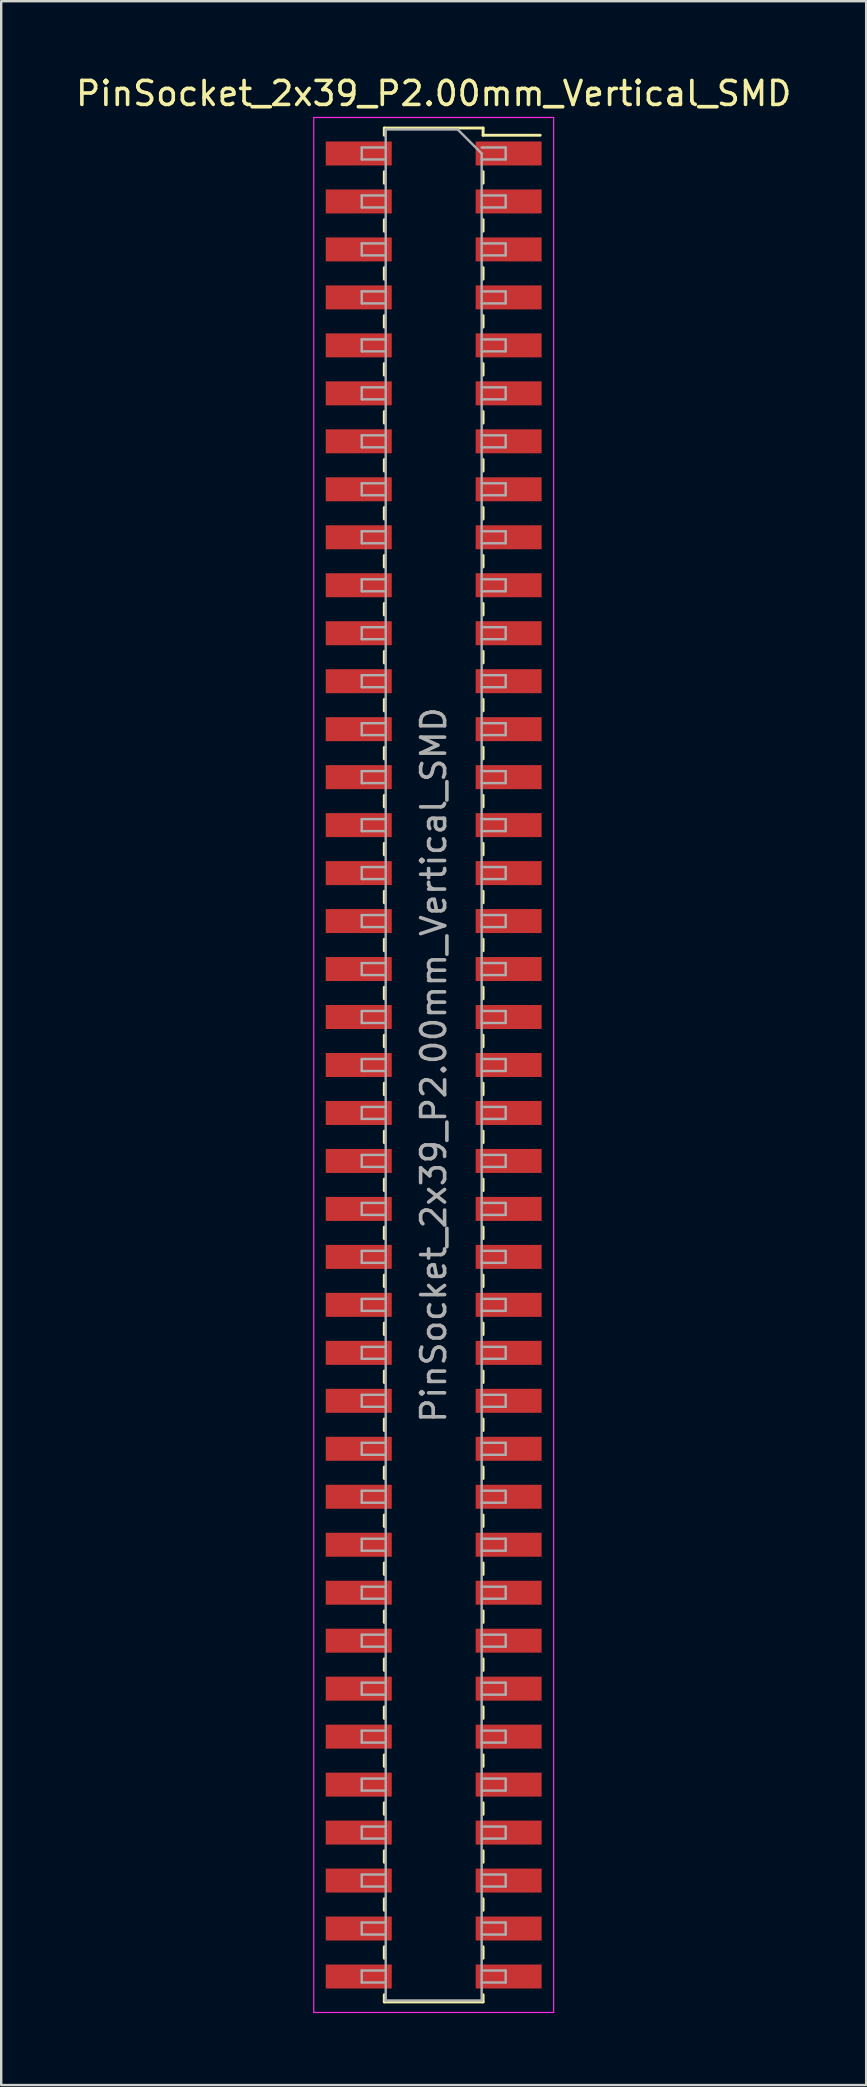
<source format=kicad_pcb>
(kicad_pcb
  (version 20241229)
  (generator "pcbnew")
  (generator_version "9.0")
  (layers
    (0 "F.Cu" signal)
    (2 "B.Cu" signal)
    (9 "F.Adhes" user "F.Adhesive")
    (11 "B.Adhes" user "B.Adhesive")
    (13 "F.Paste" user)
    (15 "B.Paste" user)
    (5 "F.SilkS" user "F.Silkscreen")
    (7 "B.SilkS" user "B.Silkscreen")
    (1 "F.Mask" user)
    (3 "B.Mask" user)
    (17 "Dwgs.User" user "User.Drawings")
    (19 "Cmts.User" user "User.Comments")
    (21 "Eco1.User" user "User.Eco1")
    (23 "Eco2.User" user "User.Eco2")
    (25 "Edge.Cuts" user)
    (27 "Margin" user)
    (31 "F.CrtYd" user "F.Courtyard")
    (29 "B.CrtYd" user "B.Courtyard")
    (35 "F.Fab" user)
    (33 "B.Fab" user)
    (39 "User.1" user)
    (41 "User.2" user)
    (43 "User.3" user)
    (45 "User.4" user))
  (footprint "PinSocket_2x39_P2.00mm_Vertical_SMD"
    (layer "F.Cu")
    (at 15.03 41.348)
    (property "Reference" "PinSocket_2x39_P2.00mm_Vertical_SMD" (at 0 -40.5 0) (layer "F.SilkS") (effects (font (size 1 1) (thickness 0.15))))
    (attr smd)
    (fp_line (start -2.06 -39.06) (end -2.06 -38.76) (stroke (width 0.12) (type solid)) (layer "F.SilkS"))
    (fp_line (start -2.06 -39.06) (end 2.06 -39.06) (stroke (width 0.12) (type solid)) (layer "F.SilkS"))
    (fp_line (start -2.06 -37.24) (end -2.06 -36.76) (stroke (width 0.12) (type solid)) (layer "F.SilkS"))
    (fp_line (start -2.06 -35.24) (end -2.06 -34.76) (stroke (width 0.12) (type solid)) (layer "F.SilkS"))
    (fp_line (start -2.06 -33.24) (end -2.06 -32.76) (stroke (width 0.12) (type solid)) (layer "F.SilkS"))
    (fp_line (start -2.06 -31.24) (end -2.06 -30.76) (stroke (width 0.12) (type solid)) (layer "F.SilkS"))
    (fp_line (start -2.06 -29.24) (end -2.06 -28.76) (stroke (width 0.12) (type solid)) (layer "F.SilkS"))
    (fp_line (start -2.06 -27.24) (end -2.06 -26.76) (stroke (width 0.12) (type solid)) (layer "F.SilkS"))
    (fp_line (start -2.06 -25.24) (end -2.06 -24.76) (stroke (width 0.12) (type solid)) (layer "F.SilkS"))
    (fp_line (start -2.06 -23.24) (end -2.06 -22.76) (stroke (width 0.12) (type solid)) (layer "F.SilkS"))
    (fp_line (start -2.06 -21.24) (end -2.06 -20.76) (stroke (width 0.12) (type solid)) (layer "F.SilkS"))
    (fp_line (start -2.06 -19.24) (end -2.06 -18.76) (stroke (width 0.12) (type solid)) (layer "F.SilkS"))
    (fp_line (start -2.06 -17.24) (end -2.06 -16.76) (stroke (width 0.12) (type solid)) (layer "F.SilkS"))
    (fp_line (start -2.06 -15.24) (end -2.06 -14.76) (stroke (width 0.12) (type solid)) (layer "F.SilkS"))
    (fp_line (start -2.06 -13.24) (end -2.06 -12.76) (stroke (width 0.12) (type solid)) (layer "F.SilkS"))
    (fp_line (start -2.06 -11.24) (end -2.06 -10.76) (stroke (width 0.12) (type solid)) (layer "F.SilkS"))
    (fp_line (start -2.06 -9.24) (end -2.06 -8.76) (stroke (width 0.12) (type solid)) (layer "F.SilkS"))
    (fp_line (start -2.06 -7.24) (end -2.06 -6.76) (stroke (width 0.12) (type solid)) (layer "F.SilkS"))
    (fp_line (start -2.06 -5.24) (end -2.06 -4.76) (stroke (width 0.12) (type solid)) (layer "F.SilkS"))
    (fp_line (start -2.06 -3.24) (end -2.06 -2.76) (stroke (width 0.12) (type solid)) (layer "F.SilkS"))
    (fp_line (start -2.06 -1.24) (end -2.06 -0.76) (stroke (width 0.12) (type solid)) (layer "F.SilkS"))
    (fp_line (start -2.06 0.76) (end -2.06 1.24) (stroke (width 0.12) (type solid)) (layer "F.SilkS"))
    (fp_line (start -2.06 2.76) (end -2.06 3.24) (stroke (width 0.12) (type solid)) (layer "F.SilkS"))
    (fp_line (start -2.06 4.76) (end -2.06 5.24) (stroke (width 0.12) (type solid)) (layer "F.SilkS"))
    (fp_line (start -2.06 6.76) (end -2.06 7.24) (stroke (width 0.12) (type solid)) (layer "F.SilkS"))
    (fp_line (start -2.06 8.76) (end -2.06 9.24) (stroke (width 0.12) (type solid)) (layer "F.SilkS"))
    (fp_line (start -2.06 10.76) (end -2.06 11.24) (stroke (width 0.12) (type solid)) (layer "F.SilkS"))
    (fp_line (start -2.06 12.76) (end -2.06 13.24) (stroke (width 0.12) (type solid)) (layer "F.SilkS"))
    (fp_line (start -2.06 14.76) (end -2.06 15.24) (stroke (width 0.12) (type solid)) (layer "F.SilkS"))
    (fp_line (start -2.06 16.76) (end -2.06 17.24) (stroke (width 0.12) (type solid)) (layer "F.SilkS"))
    (fp_line (start -2.06 18.76) (end -2.06 19.24) (stroke (width 0.12) (type solid)) (layer "F.SilkS"))
    (fp_line (start -2.06 20.76) (end -2.06 21.24) (stroke (width 0.12) (type solid)) (layer "F.SilkS"))
    (fp_line (start -2.06 22.76) (end -2.06 23.24) (stroke (width 0.12) (type solid)) (layer "F.SilkS"))
    (fp_line (start -2.06 24.76) (end -2.06 25.24) (stroke (width 0.12) (type solid)) (layer "F.SilkS"))
    (fp_line (start -2.06 26.76) (end -2.06 27.24) (stroke (width 0.12) (type solid)) (layer "F.SilkS"))
    (fp_line (start -2.06 28.76) (end -2.06 29.24) (stroke (width 0.12) (type solid)) (layer "F.SilkS"))
    (fp_line (start -2.06 30.76) (end -2.06 31.24) (stroke (width 0.12) (type solid)) (layer "F.SilkS"))
    (fp_line (start -2.06 32.76) (end -2.06 33.24) (stroke (width 0.12) (type solid)) (layer "F.SilkS"))
    (fp_line (start -2.06 34.76) (end -2.06 35.24) (stroke (width 0.12) (type solid)) (layer "F.SilkS"))
    (fp_line (start -2.06 36.76) (end -2.06 37.24) (stroke (width 0.12) (type solid)) (layer "F.SilkS"))
    (fp_line (start -2.06 38.76) (end -2.06 39.06) (stroke (width 0.12) (type solid)) (layer "F.SilkS"))
    (fp_line (start -2.06 39.06) (end 2.06 39.06) (stroke (width 0.12) (type solid)) (layer "F.SilkS"))
    (fp_line (start 2.06 -39.06) (end 2.06 -38.76) (stroke (width 0.12) (type solid)) (layer "F.SilkS"))
    (fp_line (start 2.06 -38.76) (end 4.44 -38.76) (stroke (width 0.12) (type solid)) (layer "F.SilkS"))
    (fp_line (start 2.06 -37.24) (end 2.06 -36.76) (stroke (width 0.12) (type solid)) (layer "F.SilkS"))
    (fp_line (start 2.06 -35.24) (end 2.06 -34.76) (stroke (width 0.12) (type solid)) (layer "F.SilkS"))
    (fp_line (start 2.06 -33.24) (end 2.06 -32.76) (stroke (width 0.12) (type solid)) (layer "F.SilkS"))
    (fp_line (start 2.06 -31.24) (end 2.06 -30.76) (stroke (width 0.12) (type solid)) (layer "F.SilkS"))
    (fp_line (start 2.06 -29.24) (end 2.06 -28.76) (stroke (width 0.12) (type solid)) (layer "F.SilkS"))
    (fp_line (start 2.06 -27.24) (end 2.06 -26.76) (stroke (width 0.12) (type solid)) (layer "F.SilkS"))
    (fp_line (start 2.06 -25.24) (end 2.06 -24.76) (stroke (width 0.12) (type solid)) (layer "F.SilkS"))
    (fp_line (start 2.06 -23.24) (end 2.06 -22.76) (stroke (width 0.12) (type solid)) (layer "F.SilkS"))
    (fp_line (start 2.06 -21.24) (end 2.06 -20.76) (stroke (width 0.12) (type solid)) (layer "F.SilkS"))
    (fp_line (start 2.06 -19.24) (end 2.06 -18.76) (stroke (width 0.12) (type solid)) (layer "F.SilkS"))
    (fp_line (start 2.06 -17.24) (end 2.06 -16.76) (stroke (width 0.12) (type solid)) (layer "F.SilkS"))
    (fp_line (start 2.06 -15.24) (end 2.06 -14.76) (stroke (width 0.12) (type solid)) (layer "F.SilkS"))
    (fp_line (start 2.06 -13.24) (end 2.06 -12.76) (stroke (width 0.12) (type solid)) (layer "F.SilkS"))
    (fp_line (start 2.06 -11.24) (end 2.06 -10.76) (stroke (width 0.12) (type solid)) (layer "F.SilkS"))
    (fp_line (start 2.06 -9.24) (end 2.06 -8.76) (stroke (width 0.12) (type solid)) (layer "F.SilkS"))
    (fp_line (start 2.06 -7.24) (end 2.06 -6.76) (stroke (width 0.12) (type solid)) (layer "F.SilkS"))
    (fp_line (start 2.06 -5.24) (end 2.06 -4.76) (stroke (width 0.12) (type solid)) (layer "F.SilkS"))
    (fp_line (start 2.06 -3.24) (end 2.06 -2.76) (stroke (width 0.12) (type solid)) (layer "F.SilkS"))
    (fp_line (start 2.06 -1.24) (end 2.06 -0.76) (stroke (width 0.12) (type solid)) (layer "F.SilkS"))
    (fp_line (start 2.06 0.76) (end 2.06 1.24) (stroke (width 0.12) (type solid)) (layer "F.SilkS"))
    (fp_line (start 2.06 2.76) (end 2.06 3.24) (stroke (width 0.12) (type solid)) (layer "F.SilkS"))
    (fp_line (start 2.06 4.76) (end 2.06 5.24) (stroke (width 0.12) (type solid)) (layer "F.SilkS"))
    (fp_line (start 2.06 6.76) (end 2.06 7.24) (stroke (width 0.12) (type solid)) (layer "F.SilkS"))
    (fp_line (start 2.06 8.76) (end 2.06 9.24) (stroke (width 0.12) (type solid)) (layer "F.SilkS"))
    (fp_line (start 2.06 10.76) (end 2.06 11.24) (stroke (width 0.12) (type solid)) (layer "F.SilkS"))
    (fp_line (start 2.06 12.76) (end 2.06 13.24) (stroke (width 0.12) (type solid)) (layer "F.SilkS"))
    (fp_line (start 2.06 14.76) (end 2.06 15.24) (stroke (width 0.12) (type solid)) (layer "F.SilkS"))
    (fp_line (start 2.06 16.76) (end 2.06 17.24) (stroke (width 0.12) (type solid)) (layer "F.SilkS"))
    (fp_line (start 2.06 18.76) (end 2.06 19.24) (stroke (width 0.12) (type solid)) (layer "F.SilkS"))
    (fp_line (start 2.06 20.76) (end 2.06 21.24) (stroke (width 0.12) (type solid)) (layer "F.SilkS"))
    (fp_line (start 2.06 22.76) (end 2.06 23.24) (stroke (width 0.12) (type solid)) (layer "F.SilkS"))
    (fp_line (start 2.06 24.76) (end 2.06 25.24) (stroke (width 0.12) (type solid)) (layer "F.SilkS"))
    (fp_line (start 2.06 26.76) (end 2.06 27.24) (stroke (width 0.12) (type solid)) (layer "F.SilkS"))
    (fp_line (start 2.06 28.76) (end 2.06 29.24) (stroke (width 0.12) (type solid)) (layer "F.SilkS"))
    (fp_line (start 2.06 30.76) (end 2.06 31.24) (stroke (width 0.12) (type solid)) (layer "F.SilkS"))
    (fp_line (start 2.06 32.76) (end 2.06 33.24) (stroke (width 0.12) (type solid)) (layer "F.SilkS"))
    (fp_line (start 2.06 34.76) (end 2.06 35.24) (stroke (width 0.12) (type solid)) (layer "F.SilkS"))
    (fp_line (start 2.06 36.76) (end 2.06 37.24) (stroke (width 0.12) (type solid)) (layer "F.SilkS"))
    (fp_line (start 2.06 38.76) (end 2.06 39.06) (stroke (width 0.12) (type solid)) (layer "F.SilkS"))
    (fp_line (start -5 -39.5) (end 5 -39.5) (stroke (width 0.05) (type solid)) (layer "F.CrtYd"))
    (fp_line (start -5 39.5) (end -5 -39.5) (stroke (width 0.05) (type solid)) (layer "F.CrtYd"))
    (fp_line (start 5 -39.5) (end 5 39.5) (stroke (width 0.05) (type solid)) (layer "F.CrtYd"))
    (fp_line (start 5 39.5) (end -5 39.5) (stroke (width 0.05) (type solid)) (layer "F.CrtYd"))
    (fp_line (start -3 -38.25) (end -2 -38.25) (stroke (width 0.1) (type solid)) (layer "F.Fab"))
    (fp_line (start -3 -37.75) (end -3 -38.25) (stroke (width 0.1) (type solid)) (layer "F.Fab"))
    (fp_line (start -3 -36.25) (end -2 -36.25) (stroke (width 0.1) (type solid)) (layer "F.Fab"))
    (fp_line (start -3 -35.75) (end -3 -36.25) (stroke (width 0.1) (type solid)) (layer "F.Fab"))
    (fp_line (start -3 -34.25) (end -2 -34.25) (stroke (width 0.1) (type solid)) (layer "F.Fab"))
    (fp_line (start -3 -33.75) (end -3 -34.25) (stroke (width 0.1) (type solid)) (layer "F.Fab"))
    (fp_line (start -3 -32.25) (end -2 -32.25) (stroke (width 0.1) (type solid)) (layer "F.Fab"))
    (fp_line (start -3 -31.75) (end -3 -32.25) (stroke (width 0.1) (type solid)) (layer "F.Fab"))
    (fp_line (start -3 -30.25) (end -2 -30.25) (stroke (width 0.1) (type solid)) (layer "F.Fab"))
    (fp_line (start -3 -29.75) (end -3 -30.25) (stroke (width 0.1) (type solid)) (layer "F.Fab"))
    (fp_line (start -3 -28.25) (end -2 -28.25) (stroke (width 0.1) (type solid)) (layer "F.Fab"))
    (fp_line (start -3 -27.75) (end -3 -28.25) (stroke (width 0.1) (type solid)) (layer "F.Fab"))
    (fp_line (start -3 -26.25) (end -2 -26.25) (stroke (width 0.1) (type solid)) (layer "F.Fab"))
    (fp_line (start -3 -25.75) (end -3 -26.25) (stroke (width 0.1) (type solid)) (layer "F.Fab"))
    (fp_line (start -3 -24.25) (end -2 -24.25) (stroke (width 0.1) (type solid)) (layer "F.Fab"))
    (fp_line (start -3 -23.75) (end -3 -24.25) (stroke (width 0.1) (type solid)) (layer "F.Fab"))
    (fp_line (start -3 -22.25) (end -2 -22.25) (stroke (width 0.1) (type solid)) (layer "F.Fab"))
    (fp_line (start -3 -21.75) (end -3 -22.25) (stroke (width 0.1) (type solid)) (layer "F.Fab"))
    (fp_line (start -3 -20.25) (end -2 -20.25) (stroke (width 0.1) (type solid)) (layer "F.Fab"))
    (fp_line (start -3 -19.75) (end -3 -20.25) (stroke (width 0.1) (type solid)) (layer "F.Fab"))
    (fp_line (start -3 -18.25) (end -2 -18.25) (stroke (width 0.1) (type solid)) (layer "F.Fab"))
    (fp_line (start -3 -17.75) (end -3 -18.25) (stroke (width 0.1) (type solid)) (layer "F.Fab"))
    (fp_line (start -3 -16.25) (end -2 -16.25) (stroke (width 0.1) (type solid)) (layer "F.Fab"))
    (fp_line (start -3 -15.75) (end -3 -16.25) (stroke (width 0.1) (type solid)) (layer "F.Fab"))
    (fp_line (start -3 -14.25) (end -2 -14.25) (stroke (width 0.1) (type solid)) (layer "F.Fab"))
    (fp_line (start -3 -13.75) (end -3 -14.25) (stroke (width 0.1) (type solid)) (layer "F.Fab"))
    (fp_line (start -3 -12.25) (end -2 -12.25) (stroke (width 0.1) (type solid)) (layer "F.Fab"))
    (fp_line (start -3 -11.75) (end -3 -12.25) (stroke (width 0.1) (type solid)) (layer "F.Fab"))
    (fp_line (start -3 -10.25) (end -2 -10.25) (stroke (width 0.1) (type solid)) (layer "F.Fab"))
    (fp_line (start -3 -9.75) (end -3 -10.25) (stroke (width 0.1) (type solid)) (layer "F.Fab"))
    (fp_line (start -3 -8.25) (end -2 -8.25) (stroke (width 0.1) (type solid)) (layer "F.Fab"))
    (fp_line (start -3 -7.75) (end -3 -8.25) (stroke (width 0.1) (type solid)) (layer "F.Fab"))
    (fp_line (start -3 -6.25) (end -2 -6.25) (stroke (width 0.1) (type solid)) (layer "F.Fab"))
    (fp_line (start -3 -5.75) (end -3 -6.25) (stroke (width 0.1) (type solid)) (layer "F.Fab"))
    (fp_line (start -3 -4.25) (end -2 -4.25) (stroke (width 0.1) (type solid)) (layer "F.Fab"))
    (fp_line (start -3 -3.75) (end -3 -4.25) (stroke (width 0.1) (type solid)) (layer "F.Fab"))
    (fp_line (start -3 -2.25) (end -2 -2.25) (stroke (width 0.1) (type solid)) (layer "F.Fab"))
    (fp_line (start -3 -1.75) (end -3 -2.25) (stroke (width 0.1) (type solid)) (layer "F.Fab"))
    (fp_line (start -3 -0.25) (end -2 -0.25) (stroke (width 0.1) (type solid)) (layer "F.Fab"))
    (fp_line (start -3 0.25) (end -3 -0.25) (stroke (width 0.1) (type solid)) (layer "F.Fab"))
    (fp_line (start -3 1.75) (end -2 1.75) (stroke (width 0.1) (type solid)) (layer "F.Fab"))
    (fp_line (start -3 2.25) (end -3 1.75) (stroke (width 0.1) (type solid)) (layer "F.Fab"))
    (fp_line (start -3 3.75) (end -2 3.75) (stroke (width 0.1) (type solid)) (layer "F.Fab"))
    (fp_line (start -3 4.25) (end -3 3.75) (stroke (width 0.1) (type solid)) (layer "F.Fab"))
    (fp_line (start -3 5.75) (end -2 5.75) (stroke (width 0.1) (type solid)) (layer "F.Fab"))
    (fp_line (start -3 6.25) (end -3 5.75) (stroke (width 0.1) (type solid)) (layer "F.Fab"))
    (fp_line (start -3 7.75) (end -2 7.75) (stroke (width 0.1) (type solid)) (layer "F.Fab"))
    (fp_line (start -3 8.25) (end -3 7.75) (stroke (width 0.1) (type solid)) (layer "F.Fab"))
    (fp_line (start -3 9.75) (end -2 9.75) (stroke (width 0.1) (type solid)) (layer "F.Fab"))
    (fp_line (start -3 10.25) (end -3 9.75) (stroke (width 0.1) (type solid)) (layer "F.Fab"))
    (fp_line (start -3 11.75) (end -2 11.75) (stroke (width 0.1) (type solid)) (layer "F.Fab"))
    (fp_line (start -3 12.25) (end -3 11.75) (stroke (width 0.1) (type solid)) (layer "F.Fab"))
    (fp_line (start -3 13.75) (end -2 13.75) (stroke (width 0.1) (type solid)) (layer "F.Fab"))
    (fp_line (start -3 14.25) (end -3 13.75) (stroke (width 0.1) (type solid)) (layer "F.Fab"))
    (fp_line (start -3 15.75) (end -2 15.75) (stroke (width 0.1) (type solid)) (layer "F.Fab"))
    (fp_line (start -3 16.25) (end -3 15.75) (stroke (width 0.1) (type solid)) (layer "F.Fab"))
    (fp_line (start -3 17.75) (end -2 17.75) (stroke (width 0.1) (type solid)) (layer "F.Fab"))
    (fp_line (start -3 18.25) (end -3 17.75) (stroke (width 0.1) (type solid)) (layer "F.Fab"))
    (fp_line (start -3 19.75) (end -2 19.75) (stroke (width 0.1) (type solid)) (layer "F.Fab"))
    (fp_line (start -3 20.25) (end -3 19.75) (stroke (width 0.1) (type solid)) (layer "F.Fab"))
    (fp_line (start -3 21.75) (end -2 21.75) (stroke (width 0.1) (type solid)) (layer "F.Fab"))
    (fp_line (start -3 22.25) (end -3 21.75) (stroke (width 0.1) (type solid)) (layer "F.Fab"))
    (fp_line (start -3 23.75) (end -2 23.75) (stroke (width 0.1) (type solid)) (layer "F.Fab"))
    (fp_line (start -3 24.25) (end -3 23.75) (stroke (width 0.1) (type solid)) (layer "F.Fab"))
    (fp_line (start -3 25.75) (end -2 25.75) (stroke (width 0.1) (type solid)) (layer "F.Fab"))
    (fp_line (start -3 26.25) (end -3 25.75) (stroke (width 0.1) (type solid)) (layer "F.Fab"))
    (fp_line (start -3 27.75) (end -2 27.75) (stroke (width 0.1) (type solid)) (layer "F.Fab"))
    (fp_line (start -3 28.25) (end -3 27.75) (stroke (width 0.1) (type solid)) (layer "F.Fab"))
    (fp_line (start -3 29.75) (end -2 29.75) (stroke (width 0.1) (type solid)) (layer "F.Fab"))
    (fp_line (start -3 30.25) (end -3 29.75) (stroke (width 0.1) (type solid)) (layer "F.Fab"))
    (fp_line (start -3 31.75) (end -2 31.75) (stroke (width 0.1) (type solid)) (layer "F.Fab"))
    (fp_line (start -3 32.25) (end -3 31.75) (stroke (width 0.1) (type solid)) (layer "F.Fab"))
    (fp_line (start -3 33.75) (end -2 33.75) (stroke (width 0.1) (type solid)) (layer "F.Fab"))
    (fp_line (start -3 34.25) (end -3 33.75) (stroke (width 0.1) (type solid)) (layer "F.Fab"))
    (fp_line (start -3 35.75) (end -2 35.75) (stroke (width 0.1) (type solid)) (layer "F.Fab"))
    (fp_line (start -3 36.25) (end -3 35.75) (stroke (width 0.1) (type solid)) (layer "F.Fab"))
    (fp_line (start -3 37.75) (end -2 37.75) (stroke (width 0.1) (type solid)) (layer "F.Fab"))
    (fp_line (start -3 38.25) (end -3 37.75) (stroke (width 0.1) (type solid)) (layer "F.Fab"))
    (fp_line (start -2 -39) (end 1 -39) (stroke (width 0.1) (type solid)) (layer "F.Fab"))
    (fp_line (start -2 -37.75) (end -3 -37.75) (stroke (width 0.1) (type solid)) (layer "F.Fab"))
    (fp_line (start -2 -35.75) (end -3 -35.75) (stroke (width 0.1) (type solid)) (layer "F.Fab"))
    (fp_line (start -2 -33.75) (end -3 -33.75) (stroke (width 0.1) (type solid)) (layer "F.Fab"))
    (fp_line (start -2 -31.75) (end -3 -31.75) (stroke (width 0.1) (type solid)) (layer "F.Fab"))
    (fp_line (start -2 -29.75) (end -3 -29.75) (stroke (width 0.1) (type solid)) (layer "F.Fab"))
    (fp_line (start -2 -27.75) (end -3 -27.75) (stroke (width 0.1) (type solid)) (layer "F.Fab"))
    (fp_line (start -2 -25.75) (end -3 -25.75) (stroke (width 0.1) (type solid)) (layer "F.Fab"))
    (fp_line (start -2 -23.75) (end -3 -23.75) (stroke (width 0.1) (type solid)) (layer "F.Fab"))
    (fp_line (start -2 -21.75) (end -3 -21.75) (stroke (width 0.1) (type solid)) (layer "F.Fab"))
    (fp_line (start -2 -19.75) (end -3 -19.75) (stroke (width 0.1) (type solid)) (layer "F.Fab"))
    (fp_line (start -2 -17.75) (end -3 -17.75) (stroke (width 0.1) (type solid)) (layer "F.Fab"))
    (fp_line (start -2 -15.75) (end -3 -15.75) (stroke (width 0.1) (type solid)) (layer "F.Fab"))
    (fp_line (start -2 -13.75) (end -3 -13.75) (stroke (width 0.1) (type solid)) (layer "F.Fab"))
    (fp_line (start -2 -11.75) (end -3 -11.75) (stroke (width 0.1) (type solid)) (layer "F.Fab"))
    (fp_line (start -2 -9.75) (end -3 -9.75) (stroke (width 0.1) (type solid)) (layer "F.Fab"))
    (fp_line (start -2 -7.75) (end -3 -7.75) (stroke (width 0.1) (type solid)) (layer "F.Fab"))
    (fp_line (start -2 -5.75) (end -3 -5.75) (stroke (width 0.1) (type solid)) (layer "F.Fab"))
    (fp_line (start -2 -3.75) (end -3 -3.75) (stroke (width 0.1) (type solid)) (layer "F.Fab"))
    (fp_line (start -2 -1.75) (end -3 -1.75) (stroke (width 0.1) (type solid)) (layer "F.Fab"))
    (fp_line (start -2 0.25) (end -3 0.25) (stroke (width 0.1) (type solid)) (layer "F.Fab"))
    (fp_line (start -2 2.25) (end -3 2.25) (stroke (width 0.1) (type solid)) (layer "F.Fab"))
    (fp_line (start -2 4.25) (end -3 4.25) (stroke (width 0.1) (type solid)) (layer "F.Fab"))
    (fp_line (start -2 6.25) (end -3 6.25) (stroke (width 0.1) (type solid)) (layer "F.Fab"))
    (fp_line (start -2 8.25) (end -3 8.25) (stroke (width 0.1) (type solid)) (layer "F.Fab"))
    (fp_line (start -2 10.25) (end -3 10.25) (stroke (width 0.1) (type solid)) (layer "F.Fab"))
    (fp_line (start -2 12.25) (end -3 12.25) (stroke (width 0.1) (type solid)) (layer "F.Fab"))
    (fp_line (start -2 14.25) (end -3 14.25) (stroke (width 0.1) (type solid)) (layer "F.Fab"))
    (fp_line (start -2 16.25) (end -3 16.25) (stroke (width 0.1) (type solid)) (layer "F.Fab"))
    (fp_line (start -2 18.25) (end -3 18.25) (stroke (width 0.1) (type solid)) (layer "F.Fab"))
    (fp_line (start -2 20.25) (end -3 20.25) (stroke (width 0.1) (type solid)) (layer "F.Fab"))
    (fp_line (start -2 22.25) (end -3 22.25) (stroke (width 0.1) (type solid)) (layer "F.Fab"))
    (fp_line (start -2 24.25) (end -3 24.25) (stroke (width 0.1) (type solid)) (layer "F.Fab"))
    (fp_line (start -2 26.25) (end -3 26.25) (stroke (width 0.1) (type solid)) (layer "F.Fab"))
    (fp_line (start -2 28.25) (end -3 28.25) (stroke (width 0.1) (type solid)) (layer "F.Fab"))
    (fp_line (start -2 30.25) (end -3 30.25) (stroke (width 0.1) (type solid)) (layer "F.Fab"))
    (fp_line (start -2 32.25) (end -3 32.25) (stroke (width 0.1) (type solid)) (layer "F.Fab"))
    (fp_line (start -2 34.25) (end -3 34.25) (stroke (width 0.1) (type solid)) (layer "F.Fab"))
    (fp_line (start -2 36.25) (end -3 36.25) (stroke (width 0.1) (type solid)) (layer "F.Fab"))
    (fp_line (start -2 38.25) (end -3 38.25) (stroke (width 0.1) (type solid)) (layer "F.Fab"))
    (fp_line (start -2 39) (end -2 -39) (stroke (width 0.1) (type solid)) (layer "F.Fab"))
    (fp_line (start 1 -39) (end 2 -38) (stroke (width 0.1) (type solid)) (layer "F.Fab"))
    (fp_line (start 2 -38.25) (end 3 -38.25) (stroke (width 0.1) (type solid)) (layer "F.Fab"))
    (fp_line (start 2 -38) (end 2 39) (stroke (width 0.1) (type solid)) (layer "F.Fab"))
    (fp_line (start 2 -36.25) (end 3 -36.25) (stroke (width 0.1) (type solid)) (layer "F.Fab"))
    (fp_line (start 2 -34.25) (end 3 -34.25) (stroke (width 0.1) (type solid)) (layer "F.Fab"))
    (fp_line (start 2 -32.25) (end 3 -32.25) (stroke (width 0.1) (type solid)) (layer "F.Fab"))
    (fp_line (start 2 -30.25) (end 3 -30.25) (stroke (width 0.1) (type solid)) (layer "F.Fab"))
    (fp_line (start 2 -28.25) (end 3 -28.25) (stroke (width 0.1) (type solid)) (layer "F.Fab"))
    (fp_line (start 2 -26.25) (end 3 -26.25) (stroke (width 0.1) (type solid)) (layer "F.Fab"))
    (fp_line (start 2 -24.25) (end 3 -24.25) (stroke (width 0.1) (type solid)) (layer "F.Fab"))
    (fp_line (start 2 -22.25) (end 3 -22.25) (stroke (width 0.1) (type solid)) (layer "F.Fab"))
    (fp_line (start 2 -20.25) (end 3 -20.25) (stroke (width 0.1) (type solid)) (layer "F.Fab"))
    (fp_line (start 2 -18.25) (end 3 -18.25) (stroke (width 0.1) (type solid)) (layer "F.Fab"))
    (fp_line (start 2 -16.25) (end 3 -16.25) (stroke (width 0.1) (type solid)) (layer "F.Fab"))
    (fp_line (start 2 -14.25) (end 3 -14.25) (stroke (width 0.1) (type solid)) (layer "F.Fab"))
    (fp_line (start 2 -12.25) (end 3 -12.25) (stroke (width 0.1) (type solid)) (layer "F.Fab"))
    (fp_line (start 2 -10.25) (end 3 -10.25) (stroke (width 0.1) (type solid)) (layer "F.Fab"))
    (fp_line (start 2 -8.25) (end 3 -8.25) (stroke (width 0.1) (type solid)) (layer "F.Fab"))
    (fp_line (start 2 -6.25) (end 3 -6.25) (stroke (width 0.1) (type solid)) (layer "F.Fab"))
    (fp_line (start 2 -4.25) (end 3 -4.25) (stroke (width 0.1) (type solid)) (layer "F.Fab"))
    (fp_line (start 2 -2.25) (end 3 -2.25) (stroke (width 0.1) (type solid)) (layer "F.Fab"))
    (fp_line (start 2 -0.25) (end 3 -0.25) (stroke (width 0.1) (type solid)) (layer "F.Fab"))
    (fp_line (start 2 1.75) (end 3 1.75) (stroke (width 0.1) (type solid)) (layer "F.Fab"))
    (fp_line (start 2 3.75) (end 3 3.75) (stroke (width 0.1) (type solid)) (layer "F.Fab"))
    (fp_line (start 2 5.75) (end 3 5.75) (stroke (width 0.1) (type solid)) (layer "F.Fab"))
    (fp_line (start 2 7.75) (end 3 7.75) (stroke (width 0.1) (type solid)) (layer "F.Fab"))
    (fp_line (start 2 9.75) (end 3 9.75) (stroke (width 0.1) (type solid)) (layer "F.Fab"))
    (fp_line (start 2 11.75) (end 3 11.75) (stroke (width 0.1) (type solid)) (layer "F.Fab"))
    (fp_line (start 2 13.75) (end 3 13.75) (stroke (width 0.1) (type solid)) (layer "F.Fab"))
    (fp_line (start 2 15.75) (end 3 15.75) (stroke (width 0.1) (type solid)) (layer "F.Fab"))
    (fp_line (start 2 17.75) (end 3 17.75) (stroke (width 0.1) (type solid)) (layer "F.Fab"))
    (fp_line (start 2 19.75) (end 3 19.75) (stroke (width 0.1) (type solid)) (layer "F.Fab"))
    (fp_line (start 2 21.75) (end 3 21.75) (stroke (width 0.1) (type solid)) (layer "F.Fab"))
    (fp_line (start 2 23.75) (end 3 23.75) (stroke (width 0.1) (type solid)) (layer "F.Fab"))
    (fp_line (start 2 25.75) (end 3 25.75) (stroke (width 0.1) (type solid)) (layer "F.Fab"))
    (fp_line (start 2 27.75) (end 3 27.75) (stroke (width 0.1) (type solid)) (layer "F.Fab"))
    (fp_line (start 2 29.75) (end 3 29.75) (stroke (width 0.1) (type solid)) (layer "F.Fab"))
    (fp_line (start 2 31.75) (end 3 31.75) (stroke (width 0.1) (type solid)) (layer "F.Fab"))
    (fp_line (start 2 33.75) (end 3 33.75) (stroke (width 0.1) (type solid)) (layer "F.Fab"))
    (fp_line (start 2 35.75) (end 3 35.75) (stroke (width 0.1) (type solid)) (layer "F.Fab"))
    (fp_line (start 2 37.75) (end 3 37.75) (stroke (width 0.1) (type solid)) (layer "F.Fab"))
    (fp_line (start 2 39) (end -2 39) (stroke (width 0.1) (type solid)) (layer "F.Fab"))
    (fp_line (start 3 -38.25) (end 3 -37.75) (stroke (width 0.1) (type solid)) (layer "F.Fab"))
    (fp_line (start 3 -37.75) (end 2 -37.75) (stroke (width 0.1) (type solid)) (layer "F.Fab"))
    (fp_line (start 3 -36.25) (end 3 -35.75) (stroke (width 0.1) (type solid)) (layer "F.Fab"))
    (fp_line (start 3 -35.75) (end 2 -35.75) (stroke (width 0.1) (type solid)) (layer "F.Fab"))
    (fp_line (start 3 -34.25) (end 3 -33.75) (stroke (width 0.1) (type solid)) (layer "F.Fab"))
    (fp_line (start 3 -33.75) (end 2 -33.75) (stroke (width 0.1) (type solid)) (layer "F.Fab"))
    (fp_line (start 3 -32.25) (end 3 -31.75) (stroke (width 0.1) (type solid)) (layer "F.Fab"))
    (fp_line (start 3 -31.75) (end 2 -31.75) (stroke (width 0.1) (type solid)) (layer "F.Fab"))
    (fp_line (start 3 -30.25) (end 3 -29.75) (stroke (width 0.1) (type solid)) (layer "F.Fab"))
    (fp_line (start 3 -29.75) (end 2 -29.75) (stroke (width 0.1) (type solid)) (layer "F.Fab"))
    (fp_line (start 3 -28.25) (end 3 -27.75) (stroke (width 0.1) (type solid)) (layer "F.Fab"))
    (fp_line (start 3 -27.75) (end 2 -27.75) (stroke (width 0.1) (type solid)) (layer "F.Fab"))
    (fp_line (start 3 -26.25) (end 3 -25.75) (stroke (width 0.1) (type solid)) (layer "F.Fab"))
    (fp_line (start 3 -25.75) (end 2 -25.75) (stroke (width 0.1) (type solid)) (layer "F.Fab"))
    (fp_line (start 3 -24.25) (end 3 -23.75) (stroke (width 0.1) (type solid)) (layer "F.Fab"))
    (fp_line (start 3 -23.75) (end 2 -23.75) (stroke (width 0.1) (type solid)) (layer "F.Fab"))
    (fp_line (start 3 -22.25) (end 3 -21.75) (stroke (width 0.1) (type solid)) (layer "F.Fab"))
    (fp_line (start 3 -21.75) (end 2 -21.75) (stroke (width 0.1) (type solid)) (layer "F.Fab"))
    (fp_line (start 3 -20.25) (end 3 -19.75) (stroke (width 0.1) (type solid)) (layer "F.Fab"))
    (fp_line (start 3 -19.75) (end 2 -19.75) (stroke (width 0.1) (type solid)) (layer "F.Fab"))
    (fp_line (start 3 -18.25) (end 3 -17.75) (stroke (width 0.1) (type solid)) (layer "F.Fab"))
    (fp_line (start 3 -17.75) (end 2 -17.75) (stroke (width 0.1) (type solid)) (layer "F.Fab"))
    (fp_line (start 3 -16.25) (end 3 -15.75) (stroke (width 0.1) (type solid)) (layer "F.Fab"))
    (fp_line (start 3 -15.75) (end 2 -15.75) (stroke (width 0.1) (type solid)) (layer "F.Fab"))
    (fp_line (start 3 -14.25) (end 3 -13.75) (stroke (width 0.1) (type solid)) (layer "F.Fab"))
    (fp_line (start 3 -13.75) (end 2 -13.75) (stroke (width 0.1) (type solid)) (layer "F.Fab"))
    (fp_line (start 3 -12.25) (end 3 -11.75) (stroke (width 0.1) (type solid)) (layer "F.Fab"))
    (fp_line (start 3 -11.75) (end 2 -11.75) (stroke (width 0.1) (type solid)) (layer "F.Fab"))
    (fp_line (start 3 -10.25) (end 3 -9.75) (stroke (width 0.1) (type solid)) (layer "F.Fab"))
    (fp_line (start 3 -9.75) (end 2 -9.75) (stroke (width 0.1) (type solid)) (layer "F.Fab"))
    (fp_line (start 3 -8.25) (end 3 -7.75) (stroke (width 0.1) (type solid)) (layer "F.Fab"))
    (fp_line (start 3 -7.75) (end 2 -7.75) (stroke (width 0.1) (type solid)) (layer "F.Fab"))
    (fp_line (start 3 -6.25) (end 3 -5.75) (stroke (width 0.1) (type solid)) (layer "F.Fab"))
    (fp_line (start 3 -5.75) (end 2 -5.75) (stroke (width 0.1) (type solid)) (layer "F.Fab"))
    (fp_line (start 3 -4.25) (end 3 -3.75) (stroke (width 0.1) (type solid)) (layer "F.Fab"))
    (fp_line (start 3 -3.75) (end 2 -3.75) (stroke (width 0.1) (type solid)) (layer "F.Fab"))
    (fp_line (start 3 -2.25) (end 3 -1.75) (stroke (width 0.1) (type solid)) (layer "F.Fab"))
    (fp_line (start 3 -1.75) (end 2 -1.75) (stroke (width 0.1) (type solid)) (layer "F.Fab"))
    (fp_line (start 3 -0.25) (end 3 0.25) (stroke (width 0.1) (type solid)) (layer "F.Fab"))
    (fp_line (start 3 0.25) (end 2 0.25) (stroke (width 0.1) (type solid)) (layer "F.Fab"))
    (fp_line (start 3 1.75) (end 3 2.25) (stroke (width 0.1) (type solid)) (layer "F.Fab"))
    (fp_line (start 3 2.25) (end 2 2.25) (stroke (width 0.1) (type solid)) (layer "F.Fab"))
    (fp_line (start 3 3.75) (end 3 4.25) (stroke (width 0.1) (type solid)) (layer "F.Fab"))
    (fp_line (start 3 4.25) (end 2 4.25) (stroke (width 0.1) (type solid)) (layer "F.Fab"))
    (fp_line (start 3 5.75) (end 3 6.25) (stroke (width 0.1) (type solid)) (layer "F.Fab"))
    (fp_line (start 3 6.25) (end 2 6.25) (stroke (width 0.1) (type solid)) (layer "F.Fab"))
    (fp_line (start 3 7.75) (end 3 8.25) (stroke (width 0.1) (type solid)) (layer "F.Fab"))
    (fp_line (start 3 8.25) (end 2 8.25) (stroke (width 0.1) (type solid)) (layer "F.Fab"))
    (fp_line (start 3 9.75) (end 3 10.25) (stroke (width 0.1) (type solid)) (layer "F.Fab"))
    (fp_line (start 3 10.25) (end 2 10.25) (stroke (width 0.1) (type solid)) (layer "F.Fab"))
    (fp_line (start 3 11.75) (end 3 12.25) (stroke (width 0.1) (type solid)) (layer "F.Fab"))
    (fp_line (start 3 12.25) (end 2 12.25) (stroke (width 0.1) (type solid)) (layer "F.Fab"))
    (fp_line (start 3 13.75) (end 3 14.25) (stroke (width 0.1) (type solid)) (layer "F.Fab"))
    (fp_line (start 3 14.25) (end 2 14.25) (stroke (width 0.1) (type solid)) (layer "F.Fab"))
    (fp_line (start 3 15.75) (end 3 16.25) (stroke (width 0.1) (type solid)) (layer "F.Fab"))
    (fp_line (start 3 16.25) (end 2 16.25) (stroke (width 0.1) (type solid)) (layer "F.Fab"))
    (fp_line (start 3 17.75) (end 3 18.25) (stroke (width 0.1) (type solid)) (layer "F.Fab"))
    (fp_line (start 3 18.25) (end 2 18.25) (stroke (width 0.1) (type solid)) (layer "F.Fab"))
    (fp_line (start 3 19.75) (end 3 20.25) (stroke (width 0.1) (type solid)) (layer "F.Fab"))
    (fp_line (start 3 20.25) (end 2 20.25) (stroke (width 0.1) (type solid)) (layer "F.Fab"))
    (fp_line (start 3 21.75) (end 3 22.25) (stroke (width 0.1) (type solid)) (layer "F.Fab"))
    (fp_line (start 3 22.25) (end 2 22.25) (stroke (width 0.1) (type solid)) (layer "F.Fab"))
    (fp_line (start 3 23.75) (end 3 24.25) (stroke (width 0.1) (type solid)) (layer "F.Fab"))
    (fp_line (start 3 24.25) (end 2 24.25) (stroke (width 0.1) (type solid)) (layer "F.Fab"))
    (fp_line (start 3 25.75) (end 3 26.25) (stroke (width 0.1) (type solid)) (layer "F.Fab"))
    (fp_line (start 3 26.25) (end 2 26.25) (stroke (width 0.1) (type solid)) (layer "F.Fab"))
    (fp_line (start 3 27.75) (end 3 28.25) (stroke (width 0.1) (type solid)) (layer "F.Fab"))
    (fp_line (start 3 28.25) (end 2 28.25) (stroke (width 0.1) (type solid)) (layer "F.Fab"))
    (fp_line (start 3 29.75) (end 3 30.25) (stroke (width 0.1) (type solid)) (layer "F.Fab"))
    (fp_line (start 3 30.25) (end 2 30.25) (stroke (width 0.1) (type solid)) (layer "F.Fab"))
    (fp_line (start 3 31.75) (end 3 32.25) (stroke (width 0.1) (type solid)) (layer "F.Fab"))
    (fp_line (start 3 32.25) (end 2 32.25) (stroke (width 0.1) (type solid)) (layer "F.Fab"))
    (fp_line (start 3 33.75) (end 3 34.25) (stroke (width 0.1) (type solid)) (layer "F.Fab"))
    (fp_line (start 3 34.25) (end 2 34.25) (stroke (width 0.1) (type solid)) (layer "F.Fab"))
    (fp_line (start 3 35.75) (end 3 36.25) (stroke (width 0.1) (type solid)) (layer "F.Fab"))
    (fp_line (start 3 36.25) (end 2 36.25) (stroke (width 0.1) (type solid)) (layer "F.Fab"))
    (fp_line (start 3 37.75) (end 3 38.25) (stroke (width 0.1) (type solid)) (layer "F.Fab"))
    (fp_line (start 3 38.25) (end 2 38.25) (stroke (width 0.1) (type solid)) (layer "F.Fab"))
    (fp_text user "${REFERENCE}" (at 0 0 90) (layer "F.Fab") (effects (font (size 1 1) (thickness 0.15))))
    (pad "1" smd rect (at 3.125 -38) (size 2.75 1) (layers "F.Cu" "F.Mask" "F.Paste"))
    (pad "2" smd rect (at -3.125 -38) (size 2.75 1) (layers "F.Cu" "F.Mask" "F.Paste"))
    (pad "3" smd rect (at 3.125 -36) (size 2.75 1) (layers "F.Cu" "F.Mask" "F.Paste"))
    (pad "4" smd rect (at -3.125 -36) (size 2.75 1) (layers "F.Cu" "F.Mask" "F.Paste"))
    (pad "5" smd rect (at 3.125 -34) (size 2.75 1) (layers "F.Cu" "F.Mask" "F.Paste"))
    (pad "6" smd rect (at -3.125 -34) (size 2.75 1) (layers "F.Cu" "F.Mask" "F.Paste"))
    (pad "7" smd rect (at 3.125 -32) (size 2.75 1) (layers "F.Cu" "F.Mask" "F.Paste"))
    (pad "8" smd rect (at -3.125 -32) (size 2.75 1) (layers "F.Cu" "F.Mask" "F.Paste"))
    (pad "9" smd rect (at 3.125 -30) (size 2.75 1) (layers "F.Cu" "F.Mask" "F.Paste"))
    (pad "10" smd rect (at -3.125 -30) (size 2.75 1) (layers "F.Cu" "F.Mask" "F.Paste"))
    (pad "11" smd rect (at 3.125 -28) (size 2.75 1) (layers "F.Cu" "F.Mask" "F.Paste"))
    (pad "12" smd rect (at -3.125 -28) (size 2.75 1) (layers "F.Cu" "F.Mask" "F.Paste"))
    (pad "13" smd rect (at 3.125 -26) (size 2.75 1) (layers "F.Cu" "F.Mask" "F.Paste"))
    (pad "14" smd rect (at -3.125 -26) (size 2.75 1) (layers "F.Cu" "F.Mask" "F.Paste"))
    (pad "15" smd rect (at 3.125 -24) (size 2.75 1) (layers "F.Cu" "F.Mask" "F.Paste"))
    (pad "16" smd rect (at -3.125 -24) (size 2.75 1) (layers "F.Cu" "F.Mask" "F.Paste"))
    (pad "17" smd rect (at 3.125 -22) (size 2.75 1) (layers "F.Cu" "F.Mask" "F.Paste"))
    (pad "18" smd rect (at -3.125 -22) (size 2.75 1) (layers "F.Cu" "F.Mask" "F.Paste"))
    (pad "19" smd rect (at 3.125 -20) (size 2.75 1) (layers "F.Cu" "F.Mask" "F.Paste"))
    (pad "20" smd rect (at -3.125 -20) (size 2.75 1) (layers "F.Cu" "F.Mask" "F.Paste"))
    (pad "21" smd rect (at 3.125 -18) (size 2.75 1) (layers "F.Cu" "F.Mask" "F.Paste"))
    (pad "22" smd rect (at -3.125 -18) (size 2.75 1) (layers "F.Cu" "F.Mask" "F.Paste"))
    (pad "23" smd rect (at 3.125 -16) (size 2.75 1) (layers "F.Cu" "F.Mask" "F.Paste"))
    (pad "24" smd rect (at -3.125 -16) (size 2.75 1) (layers "F.Cu" "F.Mask" "F.Paste"))
    (pad "25" smd rect (at 3.125 -14) (size 2.75 1) (layers "F.Cu" "F.Mask" "F.Paste"))
    (pad "26" smd rect (at -3.125 -14) (size 2.75 1) (layers "F.Cu" "F.Mask" "F.Paste"))
    (pad "27" smd rect (at 3.125 -12) (size 2.75 1) (layers "F.Cu" "F.Mask" "F.Paste"))
    (pad "28" smd rect (at -3.125 -12) (size 2.75 1) (layers "F.Cu" "F.Mask" "F.Paste"))
    (pad "29" smd rect (at 3.125 -10) (size 2.75 1) (layers "F.Cu" "F.Mask" "F.Paste"))
    (pad "30" smd rect (at -3.125 -10) (size 2.75 1) (layers "F.Cu" "F.Mask" "F.Paste"))
    (pad "31" smd rect (at 3.125 -8) (size 2.75 1) (layers "F.Cu" "F.Mask" "F.Paste"))
    (pad "32" smd rect (at -3.125 -8) (size 2.75 1) (layers "F.Cu" "F.Mask" "F.Paste"))
    (pad "33" smd rect (at 3.125 -6) (size 2.75 1) (layers "F.Cu" "F.Mask" "F.Paste"))
    (pad "34" smd rect (at -3.125 -6) (size 2.75 1) (layers "F.Cu" "F.Mask" "F.Paste"))
    (pad "35" smd rect (at 3.125 -4) (size 2.75 1) (layers "F.Cu" "F.Mask" "F.Paste"))
    (pad "36" smd rect (at -3.125 -4) (size 2.75 1) (layers "F.Cu" "F.Mask" "F.Paste"))
    (pad "37" smd rect (at 3.125 -2) (size 2.75 1) (layers "F.Cu" "F.Mask" "F.Paste"))
    (pad "38" smd rect (at -3.125 -2) (size 2.75 1) (layers "F.Cu" "F.Mask" "F.Paste"))
    (pad "39" smd rect (at 3.125 0) (size 2.75 1) (layers "F.Cu" "F.Mask" "F.Paste"))
    (pad "40" smd rect (at -3.125 0) (size 2.75 1) (layers "F.Cu" "F.Mask" "F.Paste"))
    (pad "41" smd rect (at 3.125 2) (size 2.75 1) (layers "F.Cu" "F.Mask" "F.Paste"))
    (pad "42" smd rect (at -3.125 2) (size 2.75 1) (layers "F.Cu" "F.Mask" "F.Paste"))
    (pad "43" smd rect (at 3.125 4) (size 2.75 1) (layers "F.Cu" "F.Mask" "F.Paste"))
    (pad "44" smd rect (at -3.125 4) (size 2.75 1) (layers "F.Cu" "F.Mask" "F.Paste"))
    (pad "45" smd rect (at 3.125 6) (size 2.75 1) (layers "F.Cu" "F.Mask" "F.Paste"))
    (pad "46" smd rect (at -3.125 6) (size 2.75 1) (layers "F.Cu" "F.Mask" "F.Paste"))
    (pad "47" smd rect (at 3.125 8) (size 2.75 1) (layers "F.Cu" "F.Mask" "F.Paste"))
    (pad "48" smd rect (at -3.125 8) (size 2.75 1) (layers "F.Cu" "F.Mask" "F.Paste"))
    (pad "49" smd rect (at 3.125 10) (size 2.75 1) (layers "F.Cu" "F.Mask" "F.Paste"))
    (pad "50" smd rect (at -3.125 10) (size 2.75 1) (layers "F.Cu" "F.Mask" "F.Paste"))
    (pad "51" smd rect (at 3.125 12) (size 2.75 1) (layers "F.Cu" "F.Mask" "F.Paste"))
    (pad "52" smd rect (at -3.125 12) (size 2.75 1) (layers "F.Cu" "F.Mask" "F.Paste"))
    (pad "53" smd rect (at 3.125 14) (size 2.75 1) (layers "F.Cu" "F.Mask" "F.Paste"))
    (pad "54" smd rect (at -3.125 14) (size 2.75 1) (layers "F.Cu" "F.Mask" "F.Paste"))
    (pad "55" smd rect (at 3.125 16) (size 2.75 1) (layers "F.Cu" "F.Mask" "F.Paste"))
    (pad "56" smd rect (at -3.125 16) (size 2.75 1) (layers "F.Cu" "F.Mask" "F.Paste"))
    (pad "57" smd rect (at 3.125 18) (size 2.75 1) (layers "F.Cu" "F.Mask" "F.Paste"))
    (pad "58" smd rect (at -3.125 18) (size 2.75 1) (layers "F.Cu" "F.Mask" "F.Paste"))
    (pad "59" smd rect (at 3.125 20) (size 2.75 1) (layers "F.Cu" "F.Mask" "F.Paste"))
    (pad "60" smd rect (at -3.125 20) (size 2.75 1) (layers "F.Cu" "F.Mask" "F.Paste"))
    (pad "61" smd rect (at 3.125 22) (size 2.75 1) (layers "F.Cu" "F.Mask" "F.Paste"))
    (pad "62" smd rect (at -3.125 22) (size 2.75 1) (layers "F.Cu" "F.Mask" "F.Paste"))
    (pad "63" smd rect (at 3.125 24) (size 2.75 1) (layers "F.Cu" "F.Mask" "F.Paste"))
    (pad "64" smd rect (at -3.125 24) (size 2.75 1) (layers "F.Cu" "F.Mask" "F.Paste"))
    (pad "65" smd rect (at 3.125 26) (size 2.75 1) (layers "F.Cu" "F.Mask" "F.Paste"))
    (pad "66" smd rect (at -3.125 26) (size 2.75 1) (layers "F.Cu" "F.Mask" "F.Paste"))
    (pad "67" smd rect (at 3.125 28) (size 2.75 1) (layers "F.Cu" "F.Mask" "F.Paste"))
    (pad "68" smd rect (at -3.125 28) (size 2.75 1) (layers "F.Cu" "F.Mask" "F.Paste"))
    (pad "69" smd rect (at 3.125 30) (size 2.75 1) (layers "F.Cu" "F.Mask" "F.Paste"))
    (pad "70" smd rect (at -3.125 30) (size 2.75 1) (layers "F.Cu" "F.Mask" "F.Paste"))
    (pad "71" smd rect (at 3.125 32) (size 2.75 1) (layers "F.Cu" "F.Mask" "F.Paste"))
    (pad "72" smd rect (at -3.125 32) (size 2.75 1) (layers "F.Cu" "F.Mask" "F.Paste"))
    (pad "73" smd rect (at 3.125 34) (size 2.75 1) (layers "F.Cu" "F.Mask" "F.Paste"))
    (pad "74" smd rect (at -3.125 34) (size 2.75 1) (layers "F.Cu" "F.Mask" "F.Paste"))
    (pad "75" smd rect (at 3.125 36) (size 2.75 1) (layers "F.Cu" "F.Mask" "F.Paste"))
    (pad "76" smd rect (at -3.125 36) (size 2.75 1) (layers "F.Cu" "F.Mask" "F.Paste"))
    (pad "77" smd rect (at 3.125 38) (size 2.75 1) (layers "F.Cu" "F.Mask" "F.Paste"))
    (pad "78" smd rect (at -3.125 38) (size 2.75 1) (layers "F.Cu" "F.Mask" "F.Paste")))
  (gr_rect
    (start -3 -3)
    (end 33.06 83.873)
    (stroke (width 0.1) (type default))
    (fill no)
    (layer "Edge.Cuts")))
</source>
